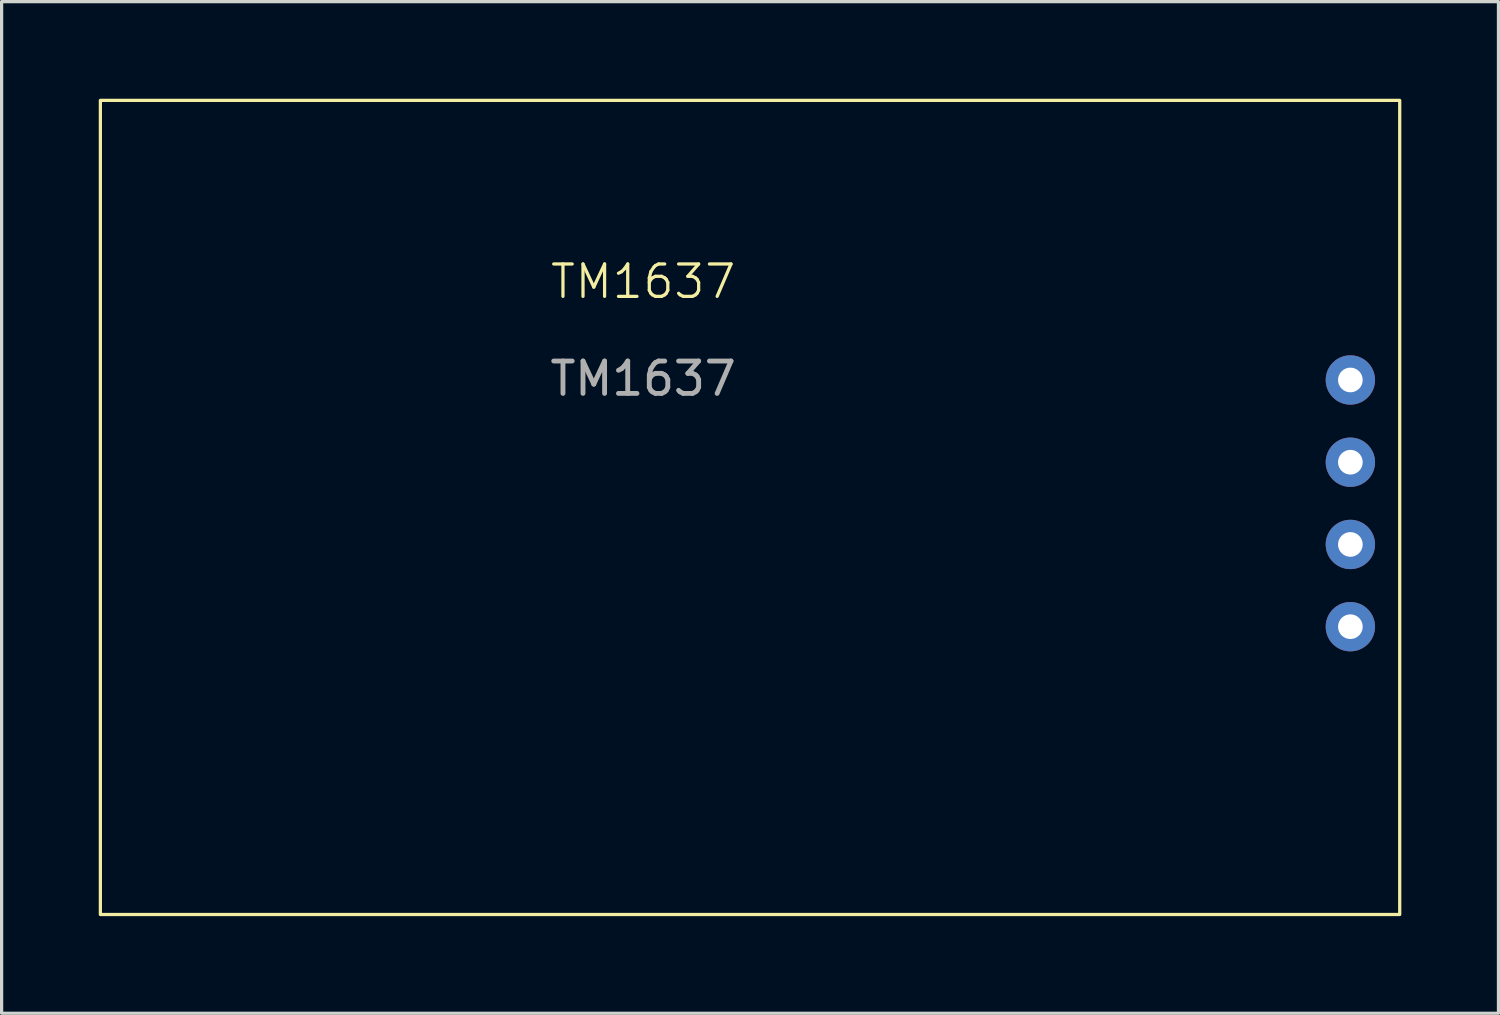
<source format=kicad_pcb>
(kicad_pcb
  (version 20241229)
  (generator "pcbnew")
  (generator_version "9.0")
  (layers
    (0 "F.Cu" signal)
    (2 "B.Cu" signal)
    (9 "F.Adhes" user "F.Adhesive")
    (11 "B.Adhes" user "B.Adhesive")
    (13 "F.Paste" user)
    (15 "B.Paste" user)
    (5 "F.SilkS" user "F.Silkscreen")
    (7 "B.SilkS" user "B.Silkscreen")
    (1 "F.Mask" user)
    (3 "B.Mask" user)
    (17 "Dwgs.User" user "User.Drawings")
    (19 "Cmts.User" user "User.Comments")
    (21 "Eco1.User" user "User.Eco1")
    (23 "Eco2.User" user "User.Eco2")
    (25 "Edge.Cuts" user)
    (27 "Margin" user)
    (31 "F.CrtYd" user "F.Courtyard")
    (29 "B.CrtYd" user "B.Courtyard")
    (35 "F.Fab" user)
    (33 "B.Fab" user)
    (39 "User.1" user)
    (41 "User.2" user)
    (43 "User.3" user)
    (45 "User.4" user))
  (footprint "TM1637"
    (layer "F.Cu")
    (at 16.814 6.146)
    (property "Reference" "TM1637" (at 0 -0.5 0) (unlocked yes) (layer "F.SilkS") (effects (font (size 1 1) (thickness 0.1))))
    (attr through_hole)
    (fp_rect (start -16.764 -6.096) (end 23.368 19.05) (stroke (width 0.1) (type default)) (fill no) (layer "F.SilkS"))
    (fp_text user "${REFERENCE}" (at 0 2.5 0) (unlocked yes) (layer "F.Fab") (effects (font (size 1 1) (thickness 0.15))))
    (pad "1" thru_hole circle (at 21.844 10.16) (size 1.524 1.524) (drill 0.762) (layers "*.Cu" "*.Mask"))
    (pad "2" thru_hole circle (at 21.844 7.62) (size 1.524 1.524) (drill 0.762) (layers "*.Cu" "*.Mask"))
    (pad "3" thru_hole circle (at 21.844 5.08) (size 1.524 1.524) (drill 0.762) (layers "*.Cu" "*.Mask"))
    (pad "4" thru_hole circle (at 21.844 2.54) (size 1.524 1.524) (drill 0.762) (layers "*.Cu" "*.Mask")))
  (gr_rect
    (start -3 -3)
    (end 43.232 28.246)
    (stroke (width 0.1) (type default))
    (fill no)
    (layer "Edge.Cuts")))
</source>
